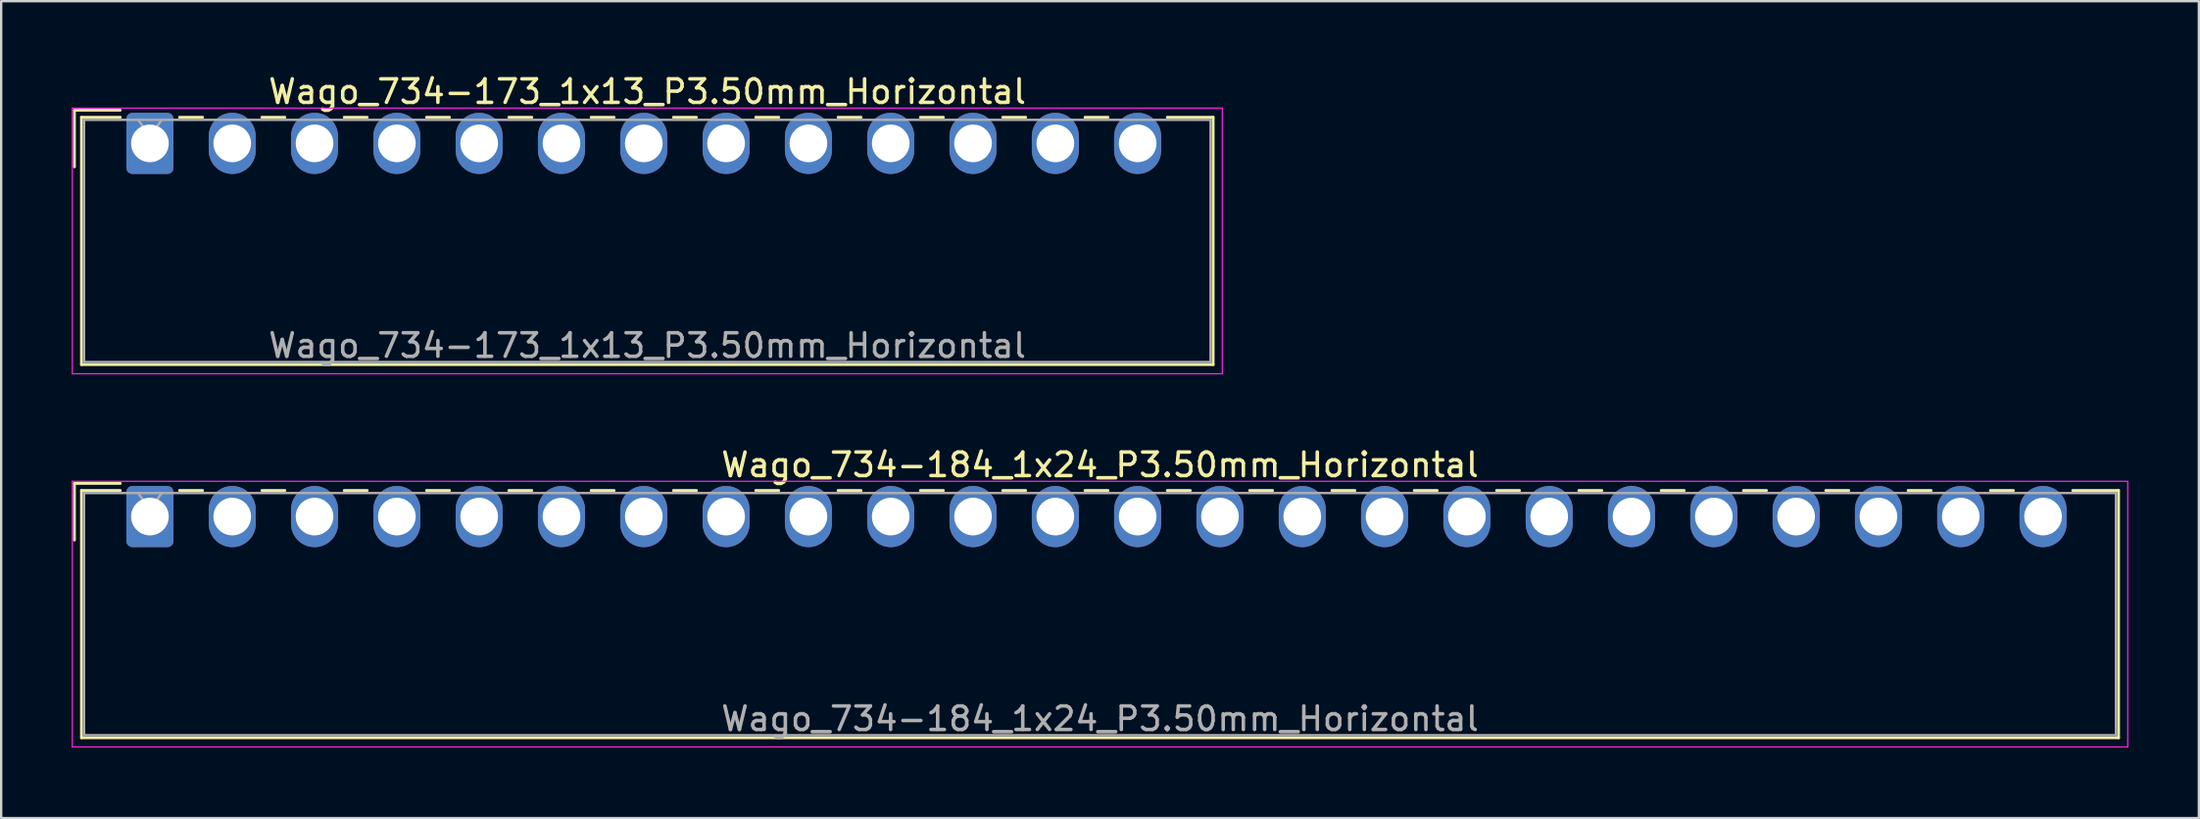
<source format=kicad_pcb>
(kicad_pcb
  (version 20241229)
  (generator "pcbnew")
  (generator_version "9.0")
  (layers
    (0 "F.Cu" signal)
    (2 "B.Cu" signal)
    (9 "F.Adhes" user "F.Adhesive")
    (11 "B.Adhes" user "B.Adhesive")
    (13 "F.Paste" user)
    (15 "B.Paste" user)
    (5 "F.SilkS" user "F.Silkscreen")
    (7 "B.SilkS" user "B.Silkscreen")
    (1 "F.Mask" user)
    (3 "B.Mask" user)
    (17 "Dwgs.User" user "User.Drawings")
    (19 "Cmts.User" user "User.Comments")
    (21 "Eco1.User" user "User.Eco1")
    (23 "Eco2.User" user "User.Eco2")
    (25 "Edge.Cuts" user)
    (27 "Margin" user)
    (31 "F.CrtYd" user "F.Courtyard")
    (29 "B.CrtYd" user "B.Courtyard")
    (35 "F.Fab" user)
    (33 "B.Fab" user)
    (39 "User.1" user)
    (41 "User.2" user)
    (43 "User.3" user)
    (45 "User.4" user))
  (footprint "Wago_734-173_1x13_P3.50mm_Horizontal"
    (layer "F.Cu")
    (at 3.325 3.048)
    (property "Reference" "Wago_734-173_1x13_P3.50mm_Horizontal" (at 21.15 -2.2 0) (layer "F.SilkS") (effects (font (size 1 1) (thickness 0.15))))
    (attr through_hole)
    (fp_line (start -3.21 -1.41) (end -1.26 -1.41) (stroke (width 0.12) (type solid)) (layer "F.SilkS"))
    (fp_line (start -3.21 1) (end -3.21 -1.41) (stroke (width 0.12) (type solid)) (layer "F.SilkS"))
    (fp_line (start -2.91 -1.11) (end -2.91 9.41) (stroke (width 0.12) (type solid)) (layer "F.SilkS"))
    (fp_line (start -2.91 9.41) (end 45.21 9.41) (stroke (width 0.12) (type solid)) (layer "F.SilkS"))
    (fp_line (start -1.26 -1.11) (end -2.91 -1.11) (stroke (width 0.12) (type solid)) (layer "F.SilkS"))
    (fp_line (start 1.26 -1.11) (end 2.24 -1.11) (stroke (width 0.12) (type solid)) (layer "F.SilkS"))
    (fp_line (start 4.76 -1.11) (end 5.74 -1.11) (stroke (width 0.12) (type solid)) (layer "F.SilkS"))
    (fp_line (start 8.26 -1.11) (end 9.24 -1.11) (stroke (width 0.12) (type solid)) (layer "F.SilkS"))
    (fp_line (start 11.76 -1.11) (end 12.74 -1.11) (stroke (width 0.12) (type solid)) (layer "F.SilkS"))
    (fp_line (start 15.26 -1.11) (end 16.24 -1.11) (stroke (width 0.12) (type solid)) (layer "F.SilkS"))
    (fp_line (start 18.76 -1.11) (end 19.74 -1.11) (stroke (width 0.12) (type solid)) (layer "F.SilkS"))
    (fp_line (start 22.26 -1.11) (end 23.24 -1.11) (stroke (width 0.12) (type solid)) (layer "F.SilkS"))
    (fp_line (start 25.76 -1.11) (end 26.74 -1.11) (stroke (width 0.12) (type solid)) (layer "F.SilkS"))
    (fp_line (start 29.26 -1.11) (end 30.24 -1.11) (stroke (width 0.12) (type solid)) (layer "F.SilkS"))
    (fp_line (start 32.76 -1.11) (end 33.74 -1.11) (stroke (width 0.12) (type solid)) (layer "F.SilkS"))
    (fp_line (start 36.26 -1.11) (end 37.24 -1.11) (stroke (width 0.12) (type solid)) (layer "F.SilkS"))
    (fp_line (start 39.76 -1.11) (end 40.74 -1.11) (stroke (width 0.12) (type solid)) (layer "F.SilkS"))
    (fp_line (start 45.21 -1.11) (end 43.26 -1.11) (stroke (width 0.12) (type solid)) (layer "F.SilkS"))
    (fp_line (start 45.21 9.41) (end 45.21 -1.11) (stroke (width 0.12) (type solid)) (layer "F.SilkS"))
    (fp_line (start -3.3 -1.5) (end -3.3 9.8) (stroke (width 0.05) (type solid)) (layer "F.CrtYd"))
    (fp_line (start -3.3 9.8) (end 45.6 9.8) (stroke (width 0.05) (type solid)) (layer "F.CrtYd"))
    (fp_line (start 45.6 -1.5) (end -3.3 -1.5) (stroke (width 0.05) (type solid)) (layer "F.CrtYd"))
    (fp_line (start 45.6 9.8) (end 45.6 -1.5) (stroke (width 0.05) (type solid)) (layer "F.CrtYd"))
    (fp_line (start -2.8 -1) (end -2.8 9.3) (stroke (width 0.1) (type solid)) (layer "F.Fab"))
    (fp_line (start -2.8 9.3) (end 45.1 9.3) (stroke (width 0.1) (type solid)) (layer "F.Fab"))
    (fp_line (start -0.5 -1) (end 0 -0.293) (stroke (width 0.1) (type solid)) (layer "F.Fab"))
    (fp_line (start 0 -0.293) (end 0.5 -1) (stroke (width 0.1) (type solid)) (layer "F.Fab"))
    (fp_line (start 45.1 -1) (end -2.8 -1) (stroke (width 0.1) (type solid)) (layer "F.Fab"))
    (fp_line (start 45.1 9.3) (end 45.1 -1) (stroke (width 0.1) (type solid)) (layer "F.Fab"))
    (fp_text user "${REFERENCE}" (at 21.15 8.6 0) (layer "F.Fab") (effects (font (size 1 1) (thickness 0.15))))
    (pad "1" thru_hole roundrect (at 0 0) (size 2 2.6) (drill 1.6) (layers "*.Cu" "*.Mask") (roundrect_rratio 0.125))
    (pad "2" thru_hole oval (at 3.5 0) (size 2 2.6) (drill 1.6) (layers "*.Cu" "*.Mask"))
    (pad "3" thru_hole oval (at 7 0) (size 2 2.6) (drill 1.6) (layers "*.Cu" "*.Mask"))
    (pad "4" thru_hole oval (at 10.5 0) (size 2 2.6) (drill 1.6) (layers "*.Cu" "*.Mask"))
    (pad "5" thru_hole oval (at 14 0) (size 2 2.6) (drill 1.6) (layers "*.Cu" "*.Mask"))
    (pad "6" thru_hole oval (at 17.5 0) (size 2 2.6) (drill 1.6) (layers "*.Cu" "*.Mask"))
    (pad "7" thru_hole oval (at 21 0) (size 2 2.6) (drill 1.6) (layers "*.Cu" "*.Mask"))
    (pad "8" thru_hole oval (at 24.5 0) (size 2 2.6) (drill 1.6) (layers "*.Cu" "*.Mask"))
    (pad "9" thru_hole oval (at 28 0) (size 2 2.6) (drill 1.6) (layers "*.Cu" "*.Mask"))
    (pad "10" thru_hole oval (at 31.5 0) (size 2 2.6) (drill 1.6) (layers "*.Cu" "*.Mask"))
    (pad "11" thru_hole oval (at 35 0) (size 2 2.6) (drill 1.6) (layers "*.Cu" "*.Mask"))
    (pad "12" thru_hole oval (at 38.5 0) (size 2 2.6) (drill 1.6) (layers "*.Cu" "*.Mask"))
    (pad "13" thru_hole oval (at 42 0) (size 2 2.6) (drill 1.6) (layers "*.Cu" "*.Mask")))
  (footprint "Wago_734-184_1x24_P3.50mm_Horizontal"
    (layer "F.Cu")
    (at 3.325 18.922)
    (property "Reference" "Wago_734-184_1x24_P3.50mm_Horizontal" (at 40.4 -2.2 0) (layer "F.SilkS") (effects (font (size 1 1) (thickness 0.15))))
    (attr through_hole)
    (fp_line (start -3.21 -1.41) (end -1.26 -1.41) (stroke (width 0.12) (type solid)) (layer "F.SilkS"))
    (fp_line (start -3.21 1) (end -3.21 -1.41) (stroke (width 0.12) (type solid)) (layer "F.SilkS"))
    (fp_line (start -2.91 -1.11) (end -2.91 9.41) (stroke (width 0.12) (type solid)) (layer "F.SilkS"))
    (fp_line (start -2.91 9.41) (end 83.71 9.41) (stroke (width 0.12) (type solid)) (layer "F.SilkS"))
    (fp_line (start -1.26 -1.11) (end -2.91 -1.11) (stroke (width 0.12) (type solid)) (layer "F.SilkS"))
    (fp_line (start 1.26 -1.11) (end 2.24 -1.11) (stroke (width 0.12) (type solid)) (layer "F.SilkS"))
    (fp_line (start 4.76 -1.11) (end 5.74 -1.11) (stroke (width 0.12) (type solid)) (layer "F.SilkS"))
    (fp_line (start 8.26 -1.11) (end 9.24 -1.11) (stroke (width 0.12) (type solid)) (layer "F.SilkS"))
    (fp_line (start 11.76 -1.11) (end 12.74 -1.11) (stroke (width 0.12) (type solid)) (layer "F.SilkS"))
    (fp_line (start 15.26 -1.11) (end 16.24 -1.11) (stroke (width 0.12) (type solid)) (layer "F.SilkS"))
    (fp_line (start 18.76 -1.11) (end 19.74 -1.11) (stroke (width 0.12) (type solid)) (layer "F.SilkS"))
    (fp_line (start 22.26 -1.11) (end 23.24 -1.11) (stroke (width 0.12) (type solid)) (layer "F.SilkS"))
    (fp_line (start 25.76 -1.11) (end 26.74 -1.11) (stroke (width 0.12) (type solid)) (layer "F.SilkS"))
    (fp_line (start 29.26 -1.11) (end 30.24 -1.11) (stroke (width 0.12) (type solid)) (layer "F.SilkS"))
    (fp_line (start 32.76 -1.11) (end 33.74 -1.11) (stroke (width 0.12) (type solid)) (layer "F.SilkS"))
    (fp_line (start 36.26 -1.11) (end 37.24 -1.11) (stroke (width 0.12) (type solid)) (layer "F.SilkS"))
    (fp_line (start 39.76 -1.11) (end 40.74 -1.11) (stroke (width 0.12) (type solid)) (layer "F.SilkS"))
    (fp_line (start 43.26 -1.11) (end 44.24 -1.11) (stroke (width 0.12) (type solid)) (layer "F.SilkS"))
    (fp_line (start 46.76 -1.11) (end 47.74 -1.11) (stroke (width 0.12) (type solid)) (layer "F.SilkS"))
    (fp_line (start 50.26 -1.11) (end 51.24 -1.11) (stroke (width 0.12) (type solid)) (layer "F.SilkS"))
    (fp_line (start 53.76 -1.11) (end 54.74 -1.11) (stroke (width 0.12) (type solid)) (layer "F.SilkS"))
    (fp_line (start 57.26 -1.11) (end 58.24 -1.11) (stroke (width 0.12) (type solid)) (layer "F.SilkS"))
    (fp_line (start 60.76 -1.11) (end 61.74 -1.11) (stroke (width 0.12) (type solid)) (layer "F.SilkS"))
    (fp_line (start 64.26 -1.11) (end 65.24 -1.11) (stroke (width 0.12) (type solid)) (layer "F.SilkS"))
    (fp_line (start 67.76 -1.11) (end 68.74 -1.11) (stroke (width 0.12) (type solid)) (layer "F.SilkS"))
    (fp_line (start 71.26 -1.11) (end 72.24 -1.11) (stroke (width 0.12) (type solid)) (layer "F.SilkS"))
    (fp_line (start 74.76 -1.11) (end 75.74 -1.11) (stroke (width 0.12) (type solid)) (layer "F.SilkS"))
    (fp_line (start 78.26 -1.11) (end 79.24 -1.11) (stroke (width 0.12) (type solid)) (layer "F.SilkS"))
    (fp_line (start 83.71 -1.11) (end 81.76 -1.11) (stroke (width 0.12) (type solid)) (layer "F.SilkS"))
    (fp_line (start 83.71 9.41) (end 83.71 -1.11) (stroke (width 0.12) (type solid)) (layer "F.SilkS"))
    (fp_line (start -3.3 -1.5) (end -3.3 9.8) (stroke (width 0.05) (type solid)) (layer "F.CrtYd"))
    (fp_line (start -3.3 9.8) (end 84.1 9.8) (stroke (width 0.05) (type solid)) (layer "F.CrtYd"))
    (fp_line (start 84.1 -1.5) (end -3.3 -1.5) (stroke (width 0.05) (type solid)) (layer "F.CrtYd"))
    (fp_line (start 84.1 9.8) (end 84.1 -1.5) (stroke (width 0.05) (type solid)) (layer "F.CrtYd"))
    (fp_line (start -2.8 -1) (end -2.8 9.3) (stroke (width 0.1) (type solid)) (layer "F.Fab"))
    (fp_line (start -2.8 9.3) (end 83.6 9.3) (stroke (width 0.1) (type solid)) (layer "F.Fab"))
    (fp_line (start -0.5 -1) (end 0 -0.293) (stroke (width 0.1) (type solid)) (layer "F.Fab"))
    (fp_line (start 0 -0.293) (end 0.5 -1) (stroke (width 0.1) (type solid)) (layer "F.Fab"))
    (fp_line (start 83.6 -1) (end -2.8 -1) (stroke (width 0.1) (type solid)) (layer "F.Fab"))
    (fp_line (start 83.6 9.3) (end 83.6 -1) (stroke (width 0.1) (type solid)) (layer "F.Fab"))
    (fp_text user "${REFERENCE}" (at 40.4 8.6 0) (layer "F.Fab") (effects (font (size 1 1) (thickness 0.15))))
    (pad "1" thru_hole roundrect (at 0 0) (size 2 2.6) (drill 1.6) (layers "*.Cu" "*.Mask") (roundrect_rratio 0.125))
    (pad "2" thru_hole oval (at 3.5 0) (size 2 2.6) (drill 1.6) (layers "*.Cu" "*.Mask"))
    (pad "3" thru_hole oval (at 7 0) (size 2 2.6) (drill 1.6) (layers "*.Cu" "*.Mask"))
    (pad "4" thru_hole oval (at 10.5 0) (size 2 2.6) (drill 1.6) (layers "*.Cu" "*.Mask"))
    (pad "5" thru_hole oval (at 14 0) (size 2 2.6) (drill 1.6) (layers "*.Cu" "*.Mask"))
    (pad "6" thru_hole oval (at 17.5 0) (size 2 2.6) (drill 1.6) (layers "*.Cu" "*.Mask"))
    (pad "7" thru_hole oval (at 21 0) (size 2 2.6) (drill 1.6) (layers "*.Cu" "*.Mask"))
    (pad "8" thru_hole oval (at 24.5 0) (size 2 2.6) (drill 1.6) (layers "*.Cu" "*.Mask"))
    (pad "9" thru_hole oval (at 28 0) (size 2 2.6) (drill 1.6) (layers "*.Cu" "*.Mask"))
    (pad "10" thru_hole oval (at 31.5 0) (size 2 2.6) (drill 1.6) (layers "*.Cu" "*.Mask"))
    (pad "11" thru_hole oval (at 35 0) (size 2 2.6) (drill 1.6) (layers "*.Cu" "*.Mask"))
    (pad "12" thru_hole oval (at 38.5 0) (size 2 2.6) (drill 1.6) (layers "*.Cu" "*.Mask"))
    (pad "13" thru_hole oval (at 42 0) (size 2 2.6) (drill 1.6) (layers "*.Cu" "*.Mask"))
    (pad "14" thru_hole oval (at 45.5 0) (size 2 2.6) (drill 1.6) (layers "*.Cu" "*.Mask"))
    (pad "15" thru_hole oval (at 49 0) (size 2 2.6) (drill 1.6) (layers "*.Cu" "*.Mask"))
    (pad "16" thru_hole oval (at 52.5 0) (size 2 2.6) (drill 1.6) (layers "*.Cu" "*.Mask"))
    (pad "17" thru_hole oval (at 56 0) (size 2 2.6) (drill 1.6) (layers "*.Cu" "*.Mask"))
    (pad "18" thru_hole oval (at 59.5 0) (size 2 2.6) (drill 1.6) (layers "*.Cu" "*.Mask"))
    (pad "19" thru_hole oval (at 63 0) (size 2 2.6) (drill 1.6) (layers "*.Cu" "*.Mask"))
    (pad "20" thru_hole oval (at 66.5 0) (size 2 2.6) (drill 1.6) (layers "*.Cu" "*.Mask"))
    (pad "21" thru_hole oval (at 70 0) (size 2 2.6) (drill 1.6) (layers "*.Cu" "*.Mask"))
    (pad "22" thru_hole oval (at 73.5 0) (size 2 2.6) (drill 1.6) (layers "*.Cu" "*.Mask"))
    (pad "23" thru_hole oval (at 77 0) (size 2 2.6) (drill 1.6) (layers "*.Cu" "*.Mask"))
    (pad "24" thru_hole oval (at 80.5 0) (size 2 2.6) (drill 1.6) (layers "*.Cu" "*.Mask")))
  (gr_rect
    (start -3 -3)
    (end 90.45 31.747)
    (stroke (width 0.1) (type default))
    (fill no)
    (layer "Edge.Cuts")))
</source>
